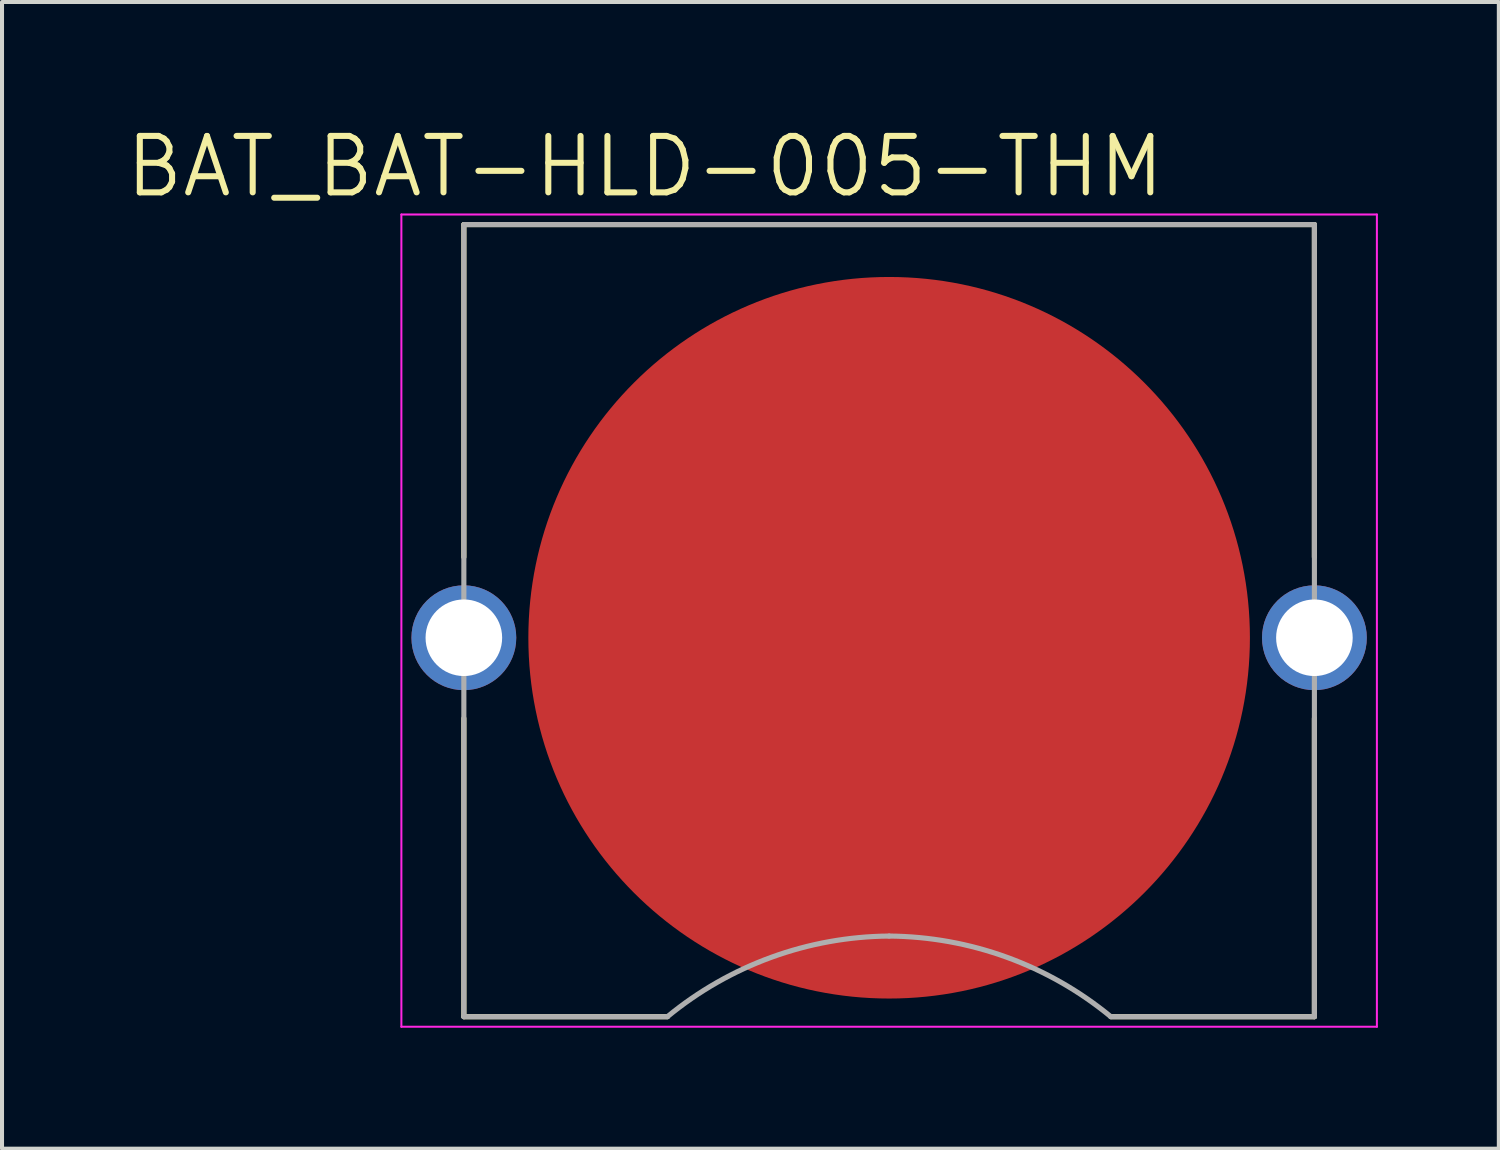
<source format=kicad_pcb>
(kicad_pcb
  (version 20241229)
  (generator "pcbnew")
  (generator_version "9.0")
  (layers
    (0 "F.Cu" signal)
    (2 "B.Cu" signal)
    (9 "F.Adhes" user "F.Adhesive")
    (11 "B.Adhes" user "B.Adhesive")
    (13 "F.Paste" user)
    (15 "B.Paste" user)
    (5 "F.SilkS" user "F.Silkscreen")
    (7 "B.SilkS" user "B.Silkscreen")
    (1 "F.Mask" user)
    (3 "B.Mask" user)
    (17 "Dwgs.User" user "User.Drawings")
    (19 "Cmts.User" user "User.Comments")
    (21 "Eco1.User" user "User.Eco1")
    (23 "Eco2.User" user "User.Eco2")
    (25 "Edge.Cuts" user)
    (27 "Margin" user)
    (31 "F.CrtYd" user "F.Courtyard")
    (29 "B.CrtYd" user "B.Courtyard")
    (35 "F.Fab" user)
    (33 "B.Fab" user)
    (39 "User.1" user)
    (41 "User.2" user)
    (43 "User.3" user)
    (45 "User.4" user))
  (footprint "BAT_BAT-HLD-005-THM"
    (layer "F.Cu")
    (at 19.007 12.771)
    (property "Reference" "BAT_BAT-HLD-005-THM" (at -6.055 -11.689 0) (layer "F.SilkS") (effects (font (size 1.4 1.4) (thickness 0.15))))
    (attr through_hole)
    (fp_line (start -10.55 -10.25) (end 10.55 -10.25) (stroke (width 0.127) (type solid)) (layer "F.SilkS"))
    (fp_line (start -10.55 -2) (end -10.55 -10.25) (stroke (width 0.127) (type solid)) (layer "F.SilkS"))
    (fp_line (start -10.55 2) (end -10.55 9.4) (stroke (width 0.127) (type solid)) (layer "F.SilkS"))
    (fp_line (start -10.55 9.4) (end -5.5 9.4) (stroke (width 0.127) (type solid)) (layer "F.SilkS"))
    (fp_line (start 5.5 9.4) (end 10.55 9.4) (stroke (width 0.127) (type solid)) (layer "F.SilkS"))
    (fp_line (start 10.55 -10.25) (end 10.55 -2) (stroke (width 0.127) (type solid)) (layer "F.SilkS"))
    (fp_line (start 10.55 9.4) (end 10.55 2) (stroke (width 0.127) (type solid)) (layer "F.SilkS"))
    (fp_line (start -12.1 -10.5) (end 12.1 -10.5) (stroke (width 0.05) (type solid)) (layer "F.CrtYd"))
    (fp_line (start -12.1 9.65) (end -12.1 -10.5) (stroke (width 0.05) (type solid)) (layer "F.CrtYd"))
    (fp_line (start 12.1 -10.5) (end 12.1 9.65) (stroke (width 0.05) (type solid)) (layer "F.CrtYd"))
    (fp_line (start 12.1 9.65) (end -12.1 9.65) (stroke (width 0.05) (type solid)) (layer "F.CrtYd"))
    (fp_line (start -10.55 -10.25) (end 10.55 -10.25) (stroke (width 0.127) (type solid)) (layer "F.Fab"))
    (fp_line (start -10.55 9.4) (end -10.55 -10.25) (stroke (width 0.127) (type solid)) (layer "F.Fab"))
    (fp_line (start -5.5 9.4) (end -10.55 9.4) (stroke (width 0.127) (type solid)) (layer "F.Fab"))
    (fp_line (start 10.55 -10.25) (end 10.55 9.4) (stroke (width 0.127) (type solid)) (layer "F.Fab"))
    (fp_line (start 10.55 9.4) (end 5.5 9.4) (stroke (width 0.127) (type solid)) (layer "F.Fab"))
    (fp_arc (start -5.5 9.4) (mid -2.922027 7.926926) (end 0 7.4) (stroke (width 0.127) (type solid)) (layer "F.Fab"))
    (fp_arc (start 0 7.4) (mid 2.922027 7.926926) (end 5.5 9.4) (stroke (width 0.127) (type solid)) (layer "F.Fab"))
    (pad "N" smd circle (at 0 0) (size 17.9 17.9) (layers "F.Cu" "F.Mask"))
    (pad "P1" thru_hole circle (at -10.55 0) (size 2.6 2.6) (drill 1.9) (layers "*.Cu" "*.Mask"))
    (pad "P2" thru_hole circle (at 10.55 0) (size 2.6 2.6) (drill 1.9) (layers "*.Cu" "*.Mask")))
  (gr_rect
    (start -3 -3)
    (end 34.132 25.446)
    (stroke (width 0.1) (type default))
    (fill no)
    (layer "Edge.Cuts")))
</source>
